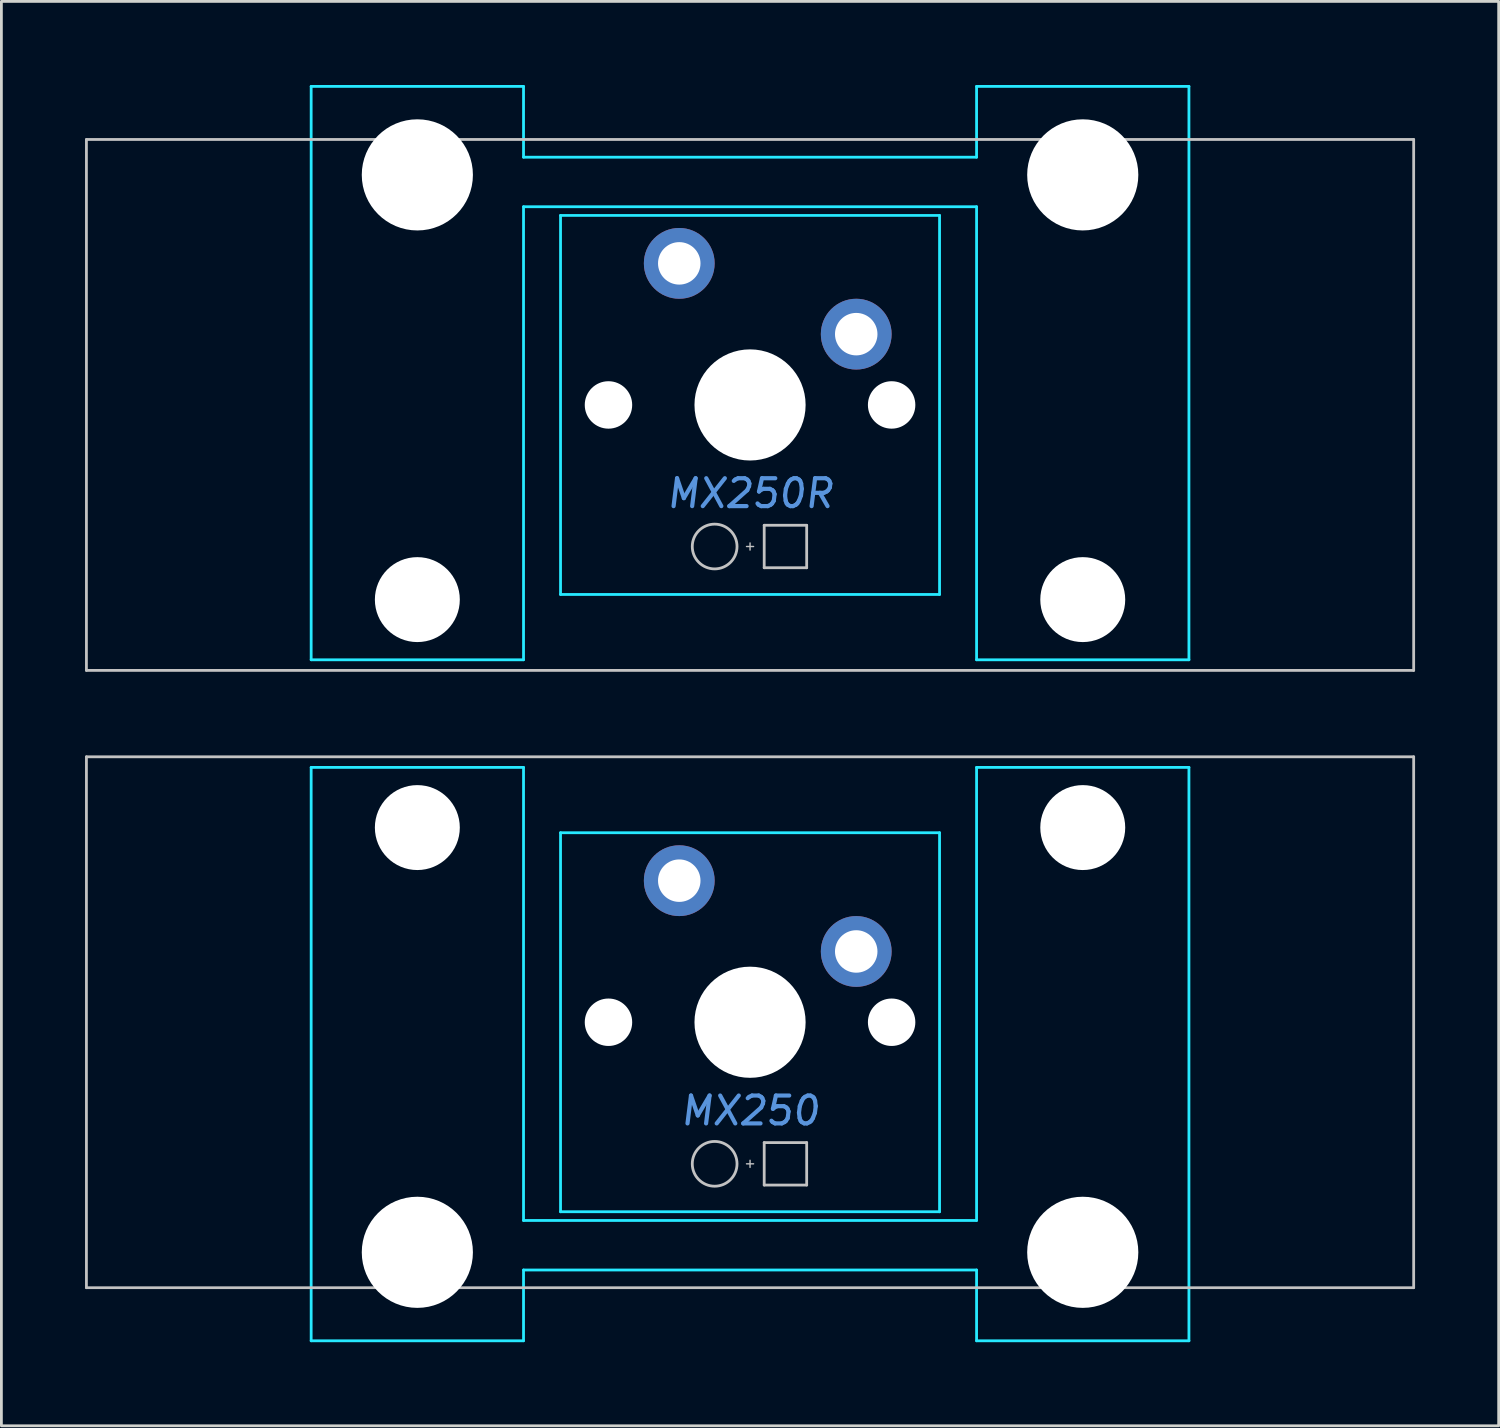
<source format=kicad_pcb>
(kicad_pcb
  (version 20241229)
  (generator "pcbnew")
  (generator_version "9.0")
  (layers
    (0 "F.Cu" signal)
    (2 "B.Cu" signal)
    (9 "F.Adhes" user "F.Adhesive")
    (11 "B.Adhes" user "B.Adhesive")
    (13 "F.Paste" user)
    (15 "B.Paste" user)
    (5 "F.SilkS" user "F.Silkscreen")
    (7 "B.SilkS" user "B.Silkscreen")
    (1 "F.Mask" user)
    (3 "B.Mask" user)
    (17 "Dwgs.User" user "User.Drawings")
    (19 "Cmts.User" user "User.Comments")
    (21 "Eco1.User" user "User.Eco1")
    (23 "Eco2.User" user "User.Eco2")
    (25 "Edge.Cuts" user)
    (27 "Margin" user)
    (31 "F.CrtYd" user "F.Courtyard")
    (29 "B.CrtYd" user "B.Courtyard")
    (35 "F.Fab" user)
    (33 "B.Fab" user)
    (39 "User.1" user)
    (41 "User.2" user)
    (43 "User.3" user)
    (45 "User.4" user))
  (footprint "MX250"
    (layer "F.Cu")
    (at 23.863 33.63)
    (property "Reference" "MX250" (at 0 3.175 0) (layer "Cmts.User") (effects (font (size 1 1) (thickness 0.15) (italic yes))))
    (attr through_hole)
    (fp_line (start -23.812 -9.525) (end -23.812 9.525) (stroke (width 0.1) (type solid)) (layer "Dwgs.User"))
    (fp_line (start -23.812 -9.525) (end 23.812 -9.525) (stroke (width 0.1) (type solid)) (layer "Dwgs.User"))
    (fp_line (start -23.812 9.525) (end 23.812 9.525) (stroke (width 0.1) (type solid)) (layer "Dwgs.User"))
    (fp_line (start -0.127 5.08) (end 0.127 5.08) (stroke (width 0.05) (type solid)) (layer "Dwgs.User"))
    (fp_line (start 0 5.207) (end 0 4.953) (stroke (width 0.05) (type solid)) (layer "Dwgs.User"))
    (fp_line (start 0.508 4.318) (end 0.508 5.842) (stroke (width 0.1) (type solid)) (layer "Dwgs.User"))
    (fp_line (start 0.508 4.318) (end 2.032 4.318) (stroke (width 0.1) (type solid)) (layer "Dwgs.User"))
    (fp_line (start 0.508 5.842) (end 2.032 5.842) (stroke (width 0.1) (type solid)) (layer "Dwgs.User"))
    (fp_line (start 2.032 5.842) (end 2.032 4.318) (stroke (width 0.1) (type solid)) (layer "Dwgs.User"))
    (fp_line (start 23.812 -9.525) (end 23.812 9.525) (stroke (width 0.1) (type solid)) (layer "Dwgs.User"))
    (fp_circle (center -1.27 5.08) (end -0.467 5.08) (stroke (width 0.1) (type solid)) (fill no) (layer "Dwgs.User"))
    (fp_line (start -15.438 -5.485) (end -15.438 8.515) (stroke (width 0.1) (type solid)) (layer "Eco1.User"))
    (fp_line (start -14.938 -5.985) (end -8.938 -5.985) (stroke (width 0.1) (type solid)) (layer "Eco1.User"))
    (fp_line (start -8.938 9.015) (end -14.938 9.015) (stroke (width 0.1) (type solid)) (layer "Eco1.User"))
    (fp_line (start -8.438 8.515) (end -8.438 -5.485) (stroke (width 0.1) (type solid)) (layer "Eco1.User"))
    (fp_line (start -7 -6.5) (end -7 6.5) (stroke (width 0.1) (type solid)) (layer "Eco1.User"))
    (fp_line (start -6.5 7) (end 6.5 7) (stroke (width 0.1) (type solid)) (layer "Eco1.User"))
    (fp_line (start 6.5 -7) (end -6.5 -7) (stroke (width 0.1) (type solid)) (layer "Eco1.User"))
    (fp_line (start 7 6.5) (end 7 -6.5) (stroke (width 0.1) (type solid)) (layer "Eco1.User"))
    (fp_line (start 8.438 -5.485) (end 8.438 8.515) (stroke (width 0.1) (type solid)) (layer "Eco1.User"))
    (fp_line (start 8.938 -5.985) (end 14.938 -5.985) (stroke (width 0.1) (type solid)) (layer "Eco1.User"))
    (fp_line (start 14.938 9.015) (end 8.938 9.015) (stroke (width 0.1) (type solid)) (layer "Eco1.User"))
    (fp_line (start 15.438 8.515) (end 15.438 -5.485) (stroke (width 0.1) (type solid)) (layer "Eco1.User"))
    (fp_arc (start -15.438 -5.485) (mid -15.291553 -5.838553) (end -14.938 -5.985) (stroke (width 0.1) (type solid)) (layer "Eco1.User"))
    (fp_arc (start -14.938 9.015) (mid -15.291553 8.868553) (end -15.438 8.515) (stroke (width 0.1) (type solid)) (layer "Eco1.User"))
    (fp_arc (start -8.938 -5.985) (mid -8.584447 -5.838553) (end -8.438 -5.485) (stroke (width 0.1) (type solid)) (layer "Eco1.User"))
    (fp_arc (start -8.438 8.515) (mid -8.584447 8.868553) (end -8.938 9.015) (stroke (width 0.1) (type solid)) (layer "Eco1.User"))
    (fp_arc (start -7 -6.5) (mid -6.853553 -6.853553) (end -6.5 -7) (stroke (width 0.1) (type solid)) (layer "Eco1.User"))
    (fp_arc (start -6.5 7) (mid -6.853553 6.853553) (end -7 6.5) (stroke (width 0.1) (type solid)) (layer "Eco1.User"))
    (fp_arc (start 6.5 -7) (mid 6.853553 -6.853553) (end 7 -6.5) (stroke (width 0.1) (type solid)) (layer "Eco1.User"))
    (fp_arc (start 7 6.5) (mid 6.853553 6.853553) (end 6.5 7) (stroke (width 0.1) (type solid)) (layer "Eco1.User"))
    (fp_arc (start 8.438 -5.485) (mid 8.584447 -5.838553) (end 8.938 -5.985) (stroke (width 0.1) (type solid)) (layer "Eco1.User"))
    (fp_arc (start 8.938 9.015) (mid 8.584447 8.868553) (end 8.438 8.515) (stroke (width 0.1) (type solid)) (layer "Eco1.User"))
    (fp_arc (start 14.938 -5.985) (mid 15.291553 -5.838553) (end 15.438 -5.485) (stroke (width 0.1) (type solid)) (layer "Eco1.User"))
    (fp_arc (start 15.438 8.515) (mid 15.291553 8.868553) (end 14.938 9.015) (stroke (width 0.1) (type solid)) (layer "Eco1.User"))
    (fp_line (start -15.748 -9.144) (end -8.128 -9.144) (stroke (width 0.1) (type solid)) (layer "B.CrtYd"))
    (fp_line (start -15.748 11.43) (end -15.748 -9.144) (stroke (width 0.1) (type solid)) (layer "B.CrtYd"))
    (fp_line (start -8.128 -9.144) (end -8.128 7.112) (stroke (width 0.1) (type solid)) (layer "B.CrtYd"))
    (fp_line (start -8.128 7.112) (end 8.128 7.112) (stroke (width 0.1) (type solid)) (layer "B.CrtYd"))
    (fp_line (start -8.128 8.89) (end 8.128 8.89) (stroke (width 0.1) (type solid)) (layer "B.CrtYd"))
    (fp_line (start -8.128 11.43) (end -15.748 11.43) (stroke (width 0.1) (type solid)) (layer "B.CrtYd"))
    (fp_line (start -8.128 11.43) (end -8.128 8.89) (stroke (width 0.1) (type solid)) (layer "B.CrtYd"))
    (fp_line (start -6.8 6.8) (end -6.8 -6.8) (stroke (width 0.1) (type solid)) (layer "B.CrtYd"))
    (fp_line (start 6.8 -6.8) (end -6.8 -6.8) (stroke (width 0.1) (type solid)) (layer "B.CrtYd"))
    (fp_line (start 6.8 6.8) (end -6.8 6.8) (stroke (width 0.1) (type solid)) (layer "B.CrtYd"))
    (fp_line (start 6.8 6.8) (end 6.8 -6.8) (stroke (width 0.1) (type solid)) (layer "B.CrtYd"))
    (fp_line (start 8.128 -9.144) (end 8.128 7.112) (stroke (width 0.1) (type solid)) (layer "B.CrtYd"))
    (fp_line (start 8.128 -9.144) (end 15.748 -9.144) (stroke (width 0.1) (type solid)) (layer "B.CrtYd"))
    (fp_line (start 8.128 11.43) (end 8.128 8.89) (stroke (width 0.1) (type solid)) (layer "B.CrtYd"))
    (fp_line (start 15.748 -9.144) (end 15.748 11.43) (stroke (width 0.1) (type solid)) (layer "B.CrtYd"))
    (fp_line (start 15.748 11.43) (end 8.128 11.43) (stroke (width 0.1) (type solid)) (layer "B.CrtYd"))
    (pad "" np_thru_hole circle (at -11.938 -6.985) (size 3.048 3.048) (drill 3.048) (layers "*.Cu" "*.Mask"))
    (pad "" np_thru_hole circle (at -11.938 8.255) (size 3.988 3.988) (drill 3.988) (layers "*.Cu" "*.Mask"))
    (pad "" np_thru_hole circle (at -5.08 0) (size 1.702 1.702) (drill 1.702) (layers "*.Cu" "*.Mask"))
    (pad "" np_thru_hole circle (at 0 0) (size 3.988 3.988) (drill 3.988) (layers "*.Cu" "*.Mask"))
    (pad "" np_thru_hole circle (at 5.08 0) (size 1.702 1.702) (drill 1.702) (layers "*.Cu" "*.Mask"))
    (pad "" np_thru_hole circle (at 11.938 -6.985) (size 3.048 3.048) (drill 3.048) (layers "*.Cu" "*.Mask"))
    (pad "" np_thru_hole circle (at 11.938 8.255) (size 3.988 3.988) (drill 3.988) (layers "*.Cu" "*.Mask"))
    (pad "1" thru_hole circle (at 3.81 -2.54) (size 2.54 2.54) (drill 1.524) (layers "*.Cu" "*.Mask"))
    (pad "2" thru_hole circle (at -2.54 -5.08) (size 2.54 2.54) (drill 1.524) (layers "*.Cu" "*.Mask")))
  (footprint "MX250R"
    (layer "F.Cu")
    (at 23.863 11.48)
    (property "Reference" "MX250R" (at 0 3.175 0) (layer "Cmts.User") (effects (font (size 1 1) (thickness 0.15) (italic yes))))
    (attr through_hole)
    (fp_line (start -23.812 -9.525) (end -23.812 9.525) (stroke (width 0.1) (type solid)) (layer "Dwgs.User"))
    (fp_line (start -23.812 -9.525) (end 23.812 -9.525) (stroke (width 0.1) (type solid)) (layer "Dwgs.User"))
    (fp_line (start -23.812 9.525) (end 23.812 9.525) (stroke (width 0.1) (type solid)) (layer "Dwgs.User"))
    (fp_line (start -0.127 5.08) (end 0.127 5.08) (stroke (width 0.05) (type solid)) (layer "Dwgs.User"))
    (fp_line (start 0 5.207) (end 0 4.953) (stroke (width 0.05) (type solid)) (layer "Dwgs.User"))
    (fp_line (start 0.508 4.318) (end 0.508 5.842) (stroke (width 0.1) (type solid)) (layer "Dwgs.User"))
    (fp_line (start 0.508 4.318) (end 2.032 4.318) (stroke (width 0.1) (type solid)) (layer "Dwgs.User"))
    (fp_line (start 0.508 5.842) (end 2.032 5.842) (stroke (width 0.1) (type solid)) (layer "Dwgs.User"))
    (fp_line (start 2.032 5.842) (end 2.032 4.318) (stroke (width 0.1) (type solid)) (layer "Dwgs.User"))
    (fp_line (start 23.812 -9.525) (end 23.812 9.525) (stroke (width 0.1) (type solid)) (layer "Dwgs.User"))
    (fp_circle (center -1.27 5.08) (end -0.467 5.08) (stroke (width 0.1) (type solid)) (fill no) (layer "Dwgs.User"))
    (fp_line (start -15.438 -8.515) (end -15.438 5.485) (stroke (width 0.1) (type solid)) (layer "Eco1.User"))
    (fp_line (start -14.938 -9.015) (end -8.938 -9.015) (stroke (width 0.1) (type solid)) (layer "Eco1.User"))
    (fp_line (start -8.938 5.985) (end -14.938 5.985) (stroke (width 0.1) (type solid)) (layer "Eco1.User"))
    (fp_line (start -8.438 5.485) (end -8.438 -8.515) (stroke (width 0.1) (type solid)) (layer "Eco1.User"))
    (fp_line (start -7 -6.5) (end -7 6.5) (stroke (width 0.1) (type solid)) (layer "Eco1.User"))
    (fp_line (start -6.5 7) (end 6.5 7) (stroke (width 0.1) (type solid)) (layer "Eco1.User"))
    (fp_line (start 6.5 -7) (end -6.5 -7) (stroke (width 0.1) (type solid)) (layer "Eco1.User"))
    (fp_line (start 7 6.5) (end 7 -6.5) (stroke (width 0.1) (type solid)) (layer "Eco1.User"))
    (fp_line (start 8.438 -8.515) (end 8.438 5.485) (stroke (width 0.1) (type solid)) (layer "Eco1.User"))
    (fp_line (start 8.938 -9.015) (end 14.938 -9.015) (stroke (width 0.1) (type solid)) (layer "Eco1.User"))
    (fp_line (start 14.938 5.985) (end 8.938 5.985) (stroke (width 0.1) (type solid)) (layer "Eco1.User"))
    (fp_line (start 15.438 5.485) (end 15.438 -8.515) (stroke (width 0.1) (type solid)) (layer "Eco1.User"))
    (fp_arc (start -15.438 -8.515) (mid -15.291553 -8.868553) (end -14.938 -9.015) (stroke (width 0.1) (type solid)) (layer "Eco1.User"))
    (fp_arc (start -14.938 5.985) (mid -15.291553 5.838553) (end -15.438 5.485) (stroke (width 0.1) (type solid)) (layer "Eco1.User"))
    (fp_arc (start -8.938 -9.015) (mid -8.584447 -8.868553) (end -8.438 -8.515) (stroke (width 0.1) (type solid)) (layer "Eco1.User"))
    (fp_arc (start -8.438 5.485) (mid -8.584447 5.838553) (end -8.938 5.985) (stroke (width 0.1) (type solid)) (layer "Eco1.User"))
    (fp_arc (start -7 -6.5) (mid -6.853553 -6.853553) (end -6.5 -7) (stroke (width 0.1) (type solid)) (layer "Eco1.User"))
    (fp_arc (start -6.5 7) (mid -6.853553 6.853553) (end -7 6.5) (stroke (width 0.1) (type solid)) (layer "Eco1.User"))
    (fp_arc (start 6.5 -7) (mid 6.853553 -6.853553) (end 7 -6.5) (stroke (width 0.1) (type solid)) (layer "Eco1.User"))
    (fp_arc (start 7 6.5) (mid 6.853553 6.853553) (end 6.5 7) (stroke (width 0.1) (type solid)) (layer "Eco1.User"))
    (fp_arc (start 8.438 -8.515) (mid 8.584447 -8.868553) (end 8.938 -9.015) (stroke (width 0.1) (type solid)) (layer "Eco1.User"))
    (fp_arc (start 8.938 5.985) (mid 8.584447 5.838553) (end 8.438 5.485) (stroke (width 0.1) (type solid)) (layer "Eco1.User"))
    (fp_arc (start 14.938 -9.015) (mid 15.291553 -8.868553) (end 15.438 -8.515) (stroke (width 0.1) (type solid)) (layer "Eco1.User"))
    (fp_arc (start 15.438 5.485) (mid 15.291553 5.838553) (end 14.938 5.985) (stroke (width 0.1) (type solid)) (layer "Eco1.User"))
    (fp_line (start -15.748 -11.43) (end -8.128 -11.43) (stroke (width 0.1) (type solid)) (layer "B.CrtYd"))
    (fp_line (start -15.748 9.144) (end -15.748 -11.43) (stroke (width 0.1) (type solid)) (layer "B.CrtYd"))
    (fp_line (start -8.128 -11.43) (end -8.128 -8.89) (stroke (width 0.1) (type solid)) (layer "B.CrtYd"))
    (fp_line (start -8.128 9.144) (end -15.748 9.144) (stroke (width 0.1) (type solid)) (layer "B.CrtYd"))
    (fp_line (start -8.128 9.144) (end -8.128 -7.112) (stroke (width 0.1) (type solid)) (layer "B.CrtYd"))
    (fp_line (start -6.8 6.8) (end -6.8 -6.8) (stroke (width 0.1) (type solid)) (layer "B.CrtYd"))
    (fp_line (start 6.8 -6.8) (end -6.8 -6.8) (stroke (width 0.1) (type solid)) (layer "B.CrtYd"))
    (fp_line (start 6.8 6.8) (end -6.8 6.8) (stroke (width 0.1) (type solid)) (layer "B.CrtYd"))
    (fp_line (start 6.8 6.8) (end 6.8 -6.8) (stroke (width 0.1) (type solid)) (layer "B.CrtYd"))
    (fp_line (start 8.128 -11.43) (end 8.128 -8.89) (stroke (width 0.1) (type solid)) (layer "B.CrtYd"))
    (fp_line (start 8.128 -11.43) (end 15.748 -11.43) (stroke (width 0.1) (type solid)) (layer "B.CrtYd"))
    (fp_line (start 8.128 -8.89) (end -8.128 -8.89) (stroke (width 0.1) (type solid)) (layer "B.CrtYd"))
    (fp_line (start 8.128 -7.112) (end -8.128 -7.112) (stroke (width 0.1) (type solid)) (layer "B.CrtYd"))
    (fp_line (start 8.128 9.144) (end 8.128 -7.112) (stroke (width 0.1) (type solid)) (layer "B.CrtYd"))
    (fp_line (start 15.748 -11.43) (end 15.748 9.144) (stroke (width 0.1) (type solid)) (layer "B.CrtYd"))
    (fp_line (start 15.748 9.144) (end 8.128 9.144) (stroke (width 0.1) (type solid)) (layer "B.CrtYd"))
    (pad "" np_thru_hole circle (at -11.938 -8.255 180) (size 3.988 3.988) (drill 3.988) (layers "*.Cu" "*.Mask"))
    (pad "" np_thru_hole circle (at -11.938 6.985 180) (size 3.048 3.048) (drill 3.048) (layers "*.Cu" "*.Mask"))
    (pad "" np_thru_hole circle (at -5.08 0) (size 1.702 1.702) (drill 1.702) (layers "*.Cu" "*.Mask"))
    (pad "" np_thru_hole circle (at 0 0) (size 3.988 3.988) (drill 3.988) (layers "*.Cu" "*.Mask"))
    (pad "" np_thru_hole circle (at 5.08 0) (size 1.702 1.702) (drill 1.702) (layers "*.Cu" "*.Mask"))
    (pad "" np_thru_hole circle (at 11.938 -8.255 180) (size 3.988 3.988) (drill 3.988) (layers "*.Cu" "*.Mask"))
    (pad "" np_thru_hole circle (at 11.938 6.985 180) (size 3.048 3.048) (drill 3.048) (layers "*.Cu" "*.Mask"))
    (pad "1" thru_hole circle (at 3.81 -2.54) (size 2.54 2.54) (drill 1.524) (layers "*.Cu" "*.Mask"))
    (pad "2" thru_hole circle (at -2.54 -5.08) (size 2.54 2.54) (drill 1.524) (layers "*.Cu" "*.Mask")))
  (gr_rect
    (start -3 -3)
    (end 50.725 48.11)
    (stroke (width 0.1) (type default))
    (fill no)
    (layer "Edge.Cuts")))
</source>
